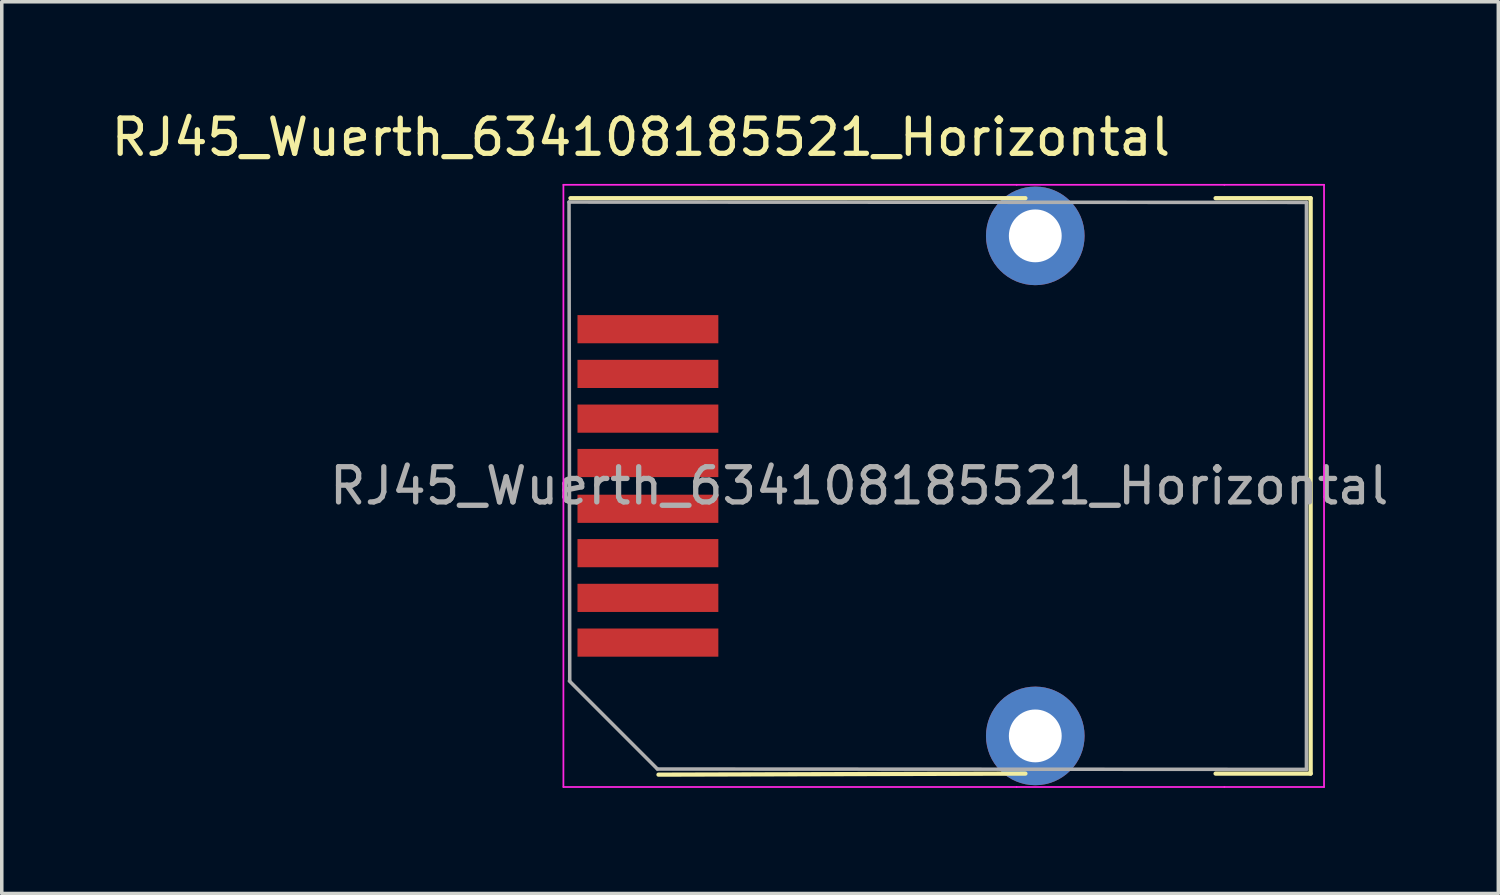
<source format=kicad_pcb>
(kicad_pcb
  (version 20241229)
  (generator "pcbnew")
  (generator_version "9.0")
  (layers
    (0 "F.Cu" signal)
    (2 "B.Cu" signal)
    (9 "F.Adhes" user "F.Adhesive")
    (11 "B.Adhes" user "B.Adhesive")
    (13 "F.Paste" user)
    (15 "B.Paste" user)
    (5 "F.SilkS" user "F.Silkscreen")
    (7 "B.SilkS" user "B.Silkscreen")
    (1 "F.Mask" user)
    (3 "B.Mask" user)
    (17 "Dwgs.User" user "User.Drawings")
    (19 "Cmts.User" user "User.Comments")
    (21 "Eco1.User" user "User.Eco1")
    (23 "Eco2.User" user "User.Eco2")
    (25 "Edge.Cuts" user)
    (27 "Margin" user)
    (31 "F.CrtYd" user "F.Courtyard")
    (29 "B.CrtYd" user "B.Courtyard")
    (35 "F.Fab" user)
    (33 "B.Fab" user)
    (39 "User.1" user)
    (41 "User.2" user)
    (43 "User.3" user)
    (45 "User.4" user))
  (footprint "RJ45_Wuerth_634108185521_Horizontal"
    (layer "F.Cu")
    (at 21.349 10.748)
    (property "Reference" "RJ45_Wuerth_634108185521_Horizontal" (at -6.2 -9.9 0) (layer "F.SilkS") (effects (font (size 1 1) (thickness 0.15))))
    (attr smd)
    (fp_line (start -8.2 -8.17) (end 4.72 -8.17) (stroke (width 0.12) (type solid)) (layer "F.SilkS"))
    (fp_line (start -5.7 8.2) (end 4.72 8.17) (stroke (width 0.12) (type solid)) (layer "F.SilkS"))
    (fp_line (start 12.82 -8.17) (end 10.12 -8.17) (stroke (width 0.12) (type solid)) (layer "F.SilkS"))
    (fp_line (start 12.82 -8.17) (end 12.82 8.17) (stroke (width 0.12) (type solid)) (layer "F.SilkS"))
    (fp_line (start 12.82 8.17) (end 10.12 8.17) (stroke (width 0.12) (type solid)) (layer "F.SilkS"))
    (fp_line (start -8.4 -8.55) (end -8.4 8.55) (stroke (width 0.05) (type solid)) (layer "F.CrtYd"))
    (fp_line (start -8.4 -8.55) (end 4.47 -8.55) (stroke (width 0.05) (type solid)) (layer "F.CrtYd"))
    (fp_line (start -8.4 8.55) (end 4.47 8.55) (stroke (width 0.05) (type solid)) (layer "F.CrtYd"))
    (fp_line (start 4.47 -8.55) (end 10.37 -8.55) (stroke (width 0.05) (type solid)) (layer "F.CrtYd"))
    (fp_line (start 4.47 8.55) (end 10.37 8.55) (stroke (width 0.05) (type solid)) (layer "F.CrtYd"))
    (fp_line (start 13.2 -8.55) (end 10.37 -8.55) (stroke (width 0.05) (type solid)) (layer "F.CrtYd"))
    (fp_line (start 13.2 -8.55) (end 13.2 8.55) (stroke (width 0.05) (type solid)) (layer "F.CrtYd"))
    (fp_line (start 13.2 8.55) (end 10.37 8.55) (stroke (width 0.05) (type solid)) (layer "F.CrtYd"))
    (fp_line (start -8.24 -8.06) (end -8.22 5.53) (stroke (width 0.1) (type solid)) (layer "F.Fab"))
    (fp_line (start -5.73 8.04) (end -8.23 5.54) (stroke (width 0.1) (type solid)) (layer "F.Fab"))
    (fp_line (start -5.73 8.04) (end 12.7 8.05) (stroke (width 0.1) (type solid)) (layer "F.Fab"))
    (fp_line (start 12.7 -8.05) (end -8.24 -8.06) (stroke (width 0.1) (type solid)) (layer "F.Fab"))
    (fp_line (start 12.7 8.05) (end 12.7 -8.05) (stroke (width 0.1) (type solid)) (layer "F.Fab"))
    (fp_text user "${REFERENCE}" (at 0 0 0) (layer "F.Fab") (effects (font (size 1 1) (thickness 0.15))))
    (pad "1" smd rect (at -6 4.45) (size 4 0.8) (layers "F.Cu" "F.Mask" "F.Paste"))
    (pad "2" smd rect (at -6 3.18) (size 4 0.8) (layers "F.Cu" "F.Mask" "F.Paste"))
    (pad "3" smd rect (at -6 1.91) (size 4 0.8) (layers "F.Cu" "F.Mask" "F.Paste"))
    (pad "4" smd rect (at -6 0.65) (size 4 0.8) (layers "F.Cu" "F.Mask" "F.Paste"))
    (pad "5" smd rect (at -6 -0.65) (size 4 0.8) (layers "F.Cu" "F.Mask" "F.Paste"))
    (pad "6" smd rect (at -6 -1.91) (size 4 0.8) (layers "F.Cu" "F.Mask" "F.Paste"))
    (pad "7" smd rect (at -6 -3.18) (size 4 0.8) (layers "F.Cu" "F.Mask" "F.Paste"))
    (pad "8" smd rect (at -6 -4.45) (size 4 0.8) (layers "F.Cu" "F.Mask" "F.Paste"))
    (pad "SH" thru_hole circle (at 5 -7.1) (size 2.8 2.8) (drill 1.5) (layers "*.Cu" "*.Mask"))
    (pad "SH" thru_hole circle (at 5 7.1) (size 2.8 2.8) (drill 1.5) (layers "*.Cu" "*.Mask")))
  (gr_rect
    (start -3 -3)
    (end 39.498 22.323)
    (stroke (width 0.1) (type default))
    (fill no)
    (layer "Edge.Cuts")))
</source>
